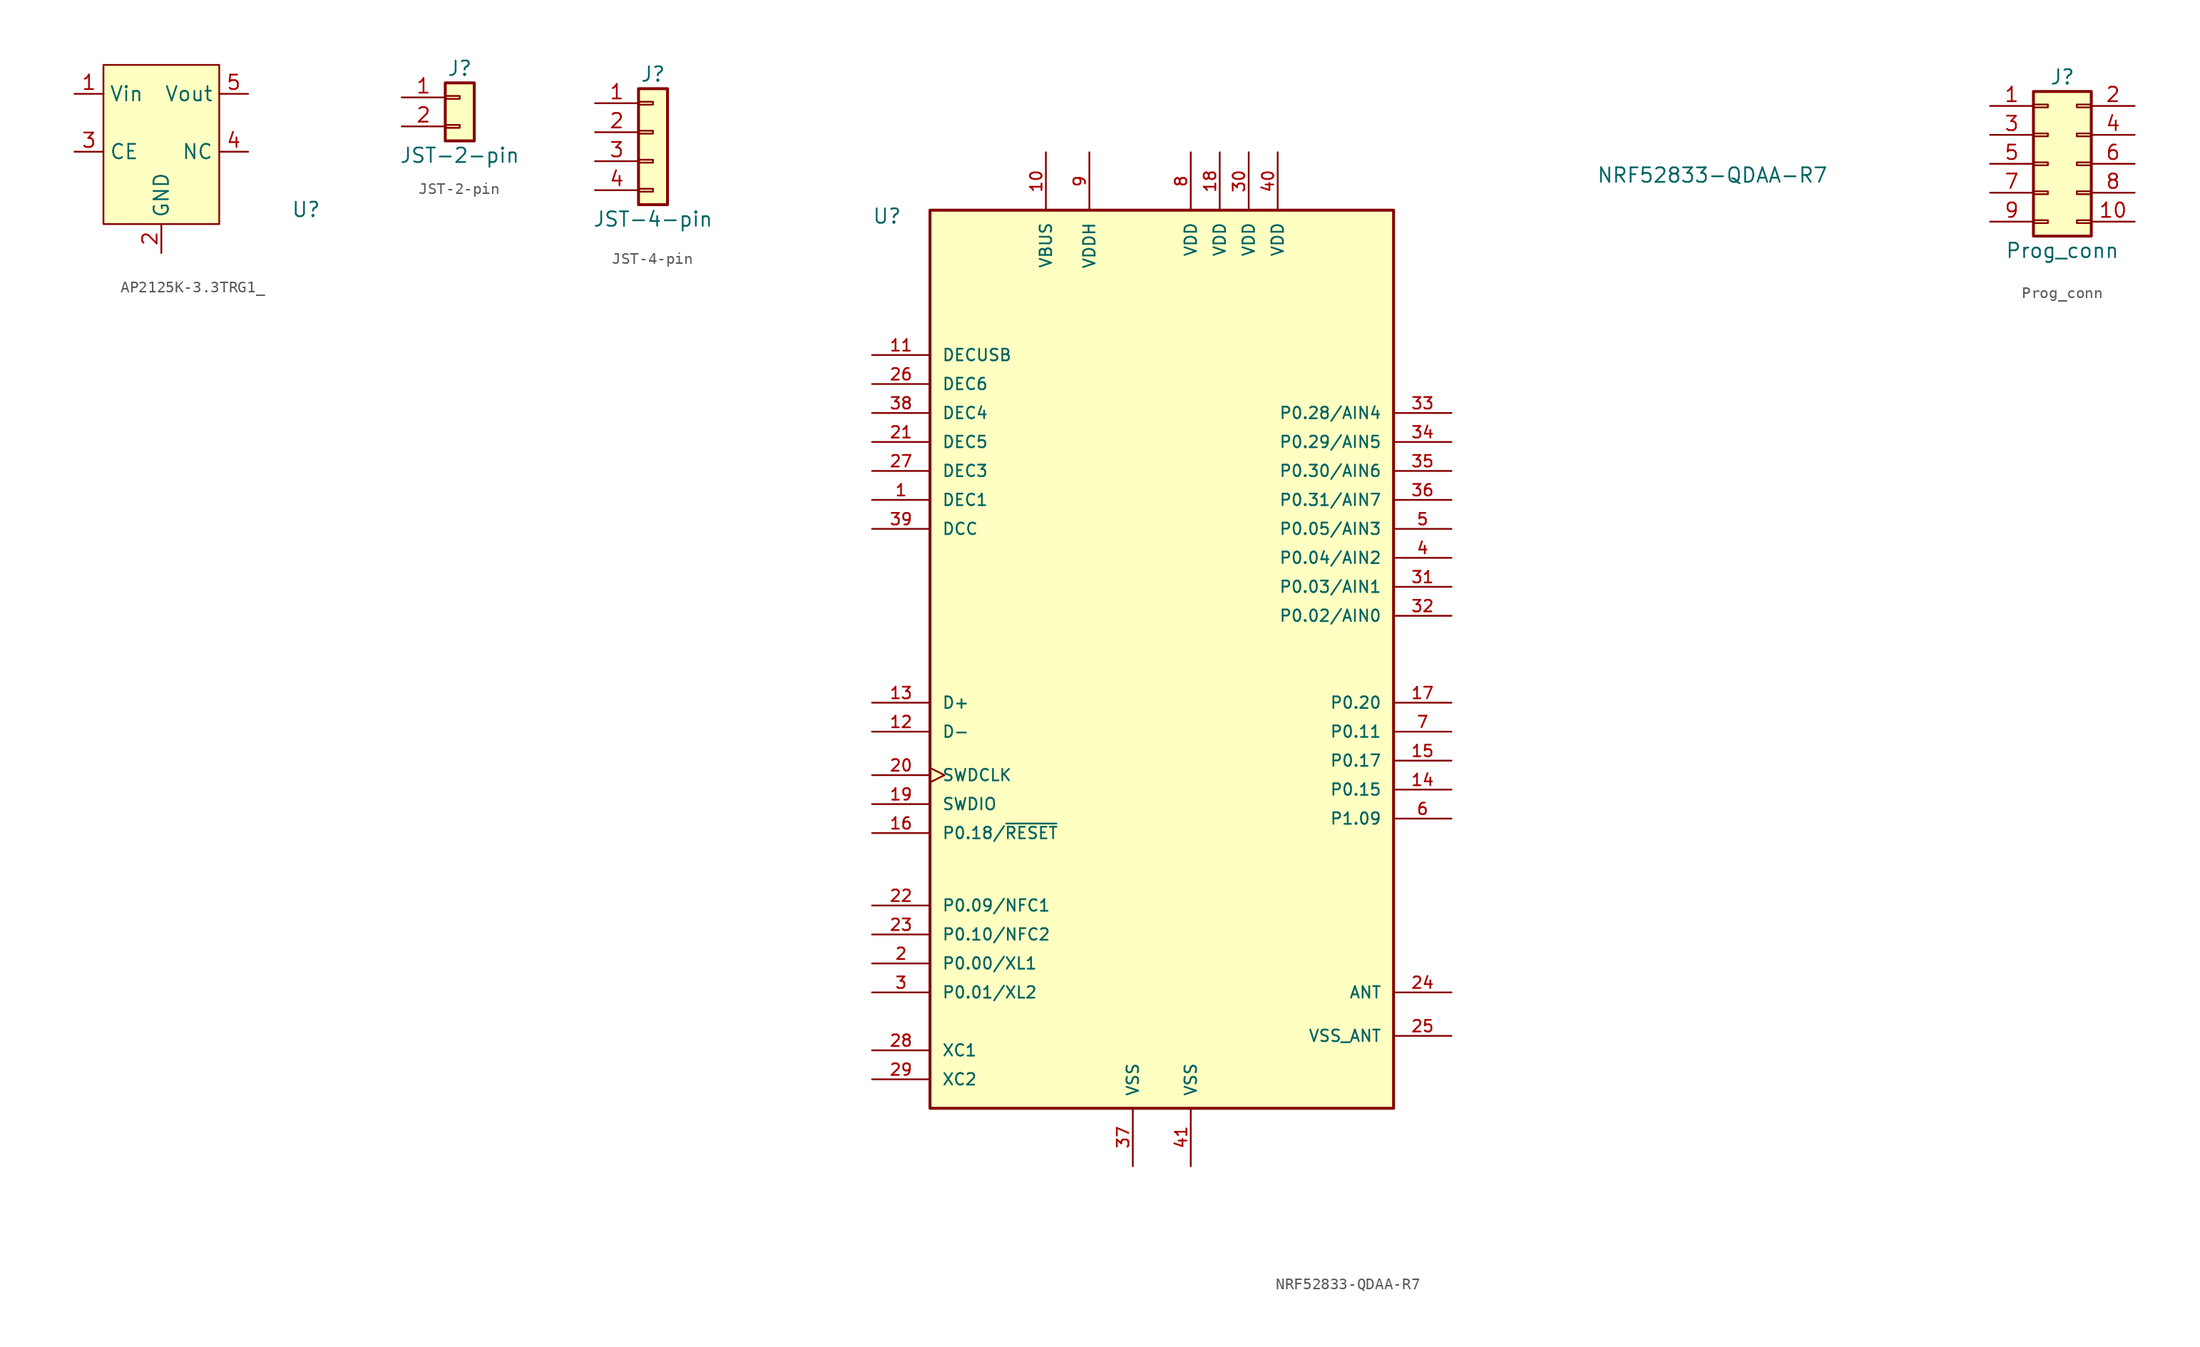
<source format=kicad_sym>
(kicad_symbol_lib
  (version 20220914)
  (generator kicad_symbol_editor)
  (symbol "AP2125K-3.3TRG1_"
    (property "Reference" "U"
      (at 12.7 -5.08 0)
      (effects (font (size 1.27 1.27))))
    (property "Value" ""
      (at 0 0 0)
      (effects (font (size 1.27 1.27))))
    (symbol "AP2125K-3.3TRG1__1_1"
      (rectangle (start -5.08 7.62) (end 5.08 -6.35) (stroke (width 0) (type default)) (fill (type background)))
      (pin input line (at -7.62 5.08 0) (length 2.54) (name "Vin" (effects (font (size 1.27 1.27)))) (number "1" (effects (font (size 1.27 1.27)))))
      (pin input line (at 0 -8.89 90) (length 2.54) (name "GND" (effects (font (size 1.27 1.27)))) (number "2" (effects (font (size 1.27 1.27)))))
      (pin input line (at -7.62 0 0) (length 2.54) (name "CE" (effects (font (size 1.27 1.27)))) (number "3" (effects (font (size 1.27 1.27)))))
      (pin input line (at 7.62 0 180) (length 2.54) (name "NC" (effects (font (size 1.27 1.27)))) (number "4" (effects (font (size 1.27 1.27)))))
      (pin input line (at 7.62 5.08 180) (length 2.54) (name "Vout" (effects (font (size 1.27 1.27)))) (number "5" (effects (font (size 1.27 1.27)))))))
  (symbol "JST-2-pin"
    (pin_names
      (offset 1.016) hide)
    (property "Reference" "J"
      (at 0 2.54 0)
      (effects (font (size 1.27 1.27))))
    (property "Value" "JST-2-pin"
      (at 0 -5.08 0)
      (effects (font (size 1.27 1.27))))
    (symbol "JST-2-pin_1_1"
      (rectangle (start -1.27 -2.413) (end 0 -2.667) (stroke (width 0.152) (type default)) (fill (type none)))
      (rectangle (start -1.27 0.127) (end 0 -0.127) (stroke (width 0.152) (type default)) (fill (type none)))
      (rectangle (start -1.27 1.27) (end 1.27 -3.81) (stroke (width 0.254) (type default)) (fill (type background)))
      (pin passive line (at -5.08 0 0) (length 3.81) (name "Pin_1" (effects (font (size 1.27 1.27)))) (number "1" (effects (font (size 1.27 1.27)))))
      (pin passive line (at -5.08 -2.54 0) (length 3.81) (name "Pin_2" (effects (font (size 1.27 1.27)))) (number "2" (effects (font (size 1.27 1.27)))))))
  (symbol "JST-4-pin"
    (pin_names
      (offset 1.016) hide)
    (property "Reference" "J"
      (at 0 5.08 0)
      (effects (font (size 1.27 1.27))))
    (property "Value" "JST-4-pin"
      (at 0 -7.62 0)
      (effects (font (size 1.27 1.27))))
    (symbol "JST-4-pin_1_1"
      (rectangle (start -1.27 -4.953) (end 0 -5.207) (stroke (width 0.152) (type default)) (fill (type none)))
      (rectangle (start -1.27 -2.413) (end 0 -2.667) (stroke (width 0.152) (type default)) (fill (type none)))
      (rectangle (start -1.27 0.127) (end 0 -0.127) (stroke (width 0.152) (type default)) (fill (type none)))
      (rectangle (start -1.27 2.667) (end 0 2.413) (stroke (width 0.152) (type default)) (fill (type none)))
      (rectangle (start -1.27 3.81) (end 1.27 -6.35) (stroke (width 0.254) (type default)) (fill (type background)))
      (pin passive line (at -5.08 2.54 0) (length 3.81) (name "Pin_1" (effects (font (size 1.27 1.27)))) (number "1" (effects (font (size 1.27 1.27)))))
      (pin passive line (at -5.08 0 0) (length 3.81) (name "Pin_2" (effects (font (size 1.27 1.27)))) (number "2" (effects (font (size 1.27 1.27)))))
      (pin passive line (at -5.08 -2.54 0) (length 3.81) (name "Pin_3" (effects (font (size 1.27 1.27)))) (number "3" (effects (font (size 1.27 1.27)))))
      (pin passive line (at -5.08 -5.08 0) (length 3.81) (name "Pin_4" (effects (font (size 1.27 1.27)))) (number "4" (effects (font (size 1.27 1.27)))))))
  (symbol "NRF52833-QDAA-R7"
    (pin_names
      (offset 1.016))
    (property "Reference" "U"
      (at -25.4 38.1 0)
      (effects (font (size 1.27 1.27)) (justify left bottom)))
    (property "Value" "NRF52833-QDAA-R7"
      (at 38.1 43.18 0)
      (effects (font (size 1.27 1.27)) (justify left top)))
    (symbol "NRF52833-QDAA-R7_0_0"
      (rectangle (start -20.32 39.37) (end 20.32 -39.37) (stroke (width 0.254) (type default)) (fill (type background)))
      (pin power_in line (at -25.4 13.97 0) (length 5.08) (name "DEC1" (effects (font (size 1.016 1.016)))) (number "1" (effects (font (size 1.016 1.016)))))
      (pin power_in line (at -10.16 44.45 270) (length 5.08) (name "VBUS" (effects (font (size 1.016 1.016)))) (number "10" (effects (font (size 1.016 1.016)))))
      (pin power_in line (at -25.4 26.67 0) (length 5.08) (name "DECUSB" (effects (font (size 1.016 1.016)))) (number "11" (effects (font (size 1.016 1.016)))))
      (pin bidirectional line (at -25.4 -6.35 0) (length 5.08) (name "D-" (effects (font (size 1.016 1.016)))) (number "12" (effects (font (size 1.016 1.016)))))
      (pin bidirectional line (at -25.4 -3.81 0) (length 5.08) (name "D+" (effects (font (size 1.016 1.016)))) (number "13" (effects (font (size 1.016 1.016)))))
      (pin bidirectional line (at 25.4 -11.43 180) (length 5.08) (name "P0.15" (effects (font (size 1.016 1.016)))) (number "14" (effects (font (size 1.016 1.016)))))
      (pin bidirectional line (at 25.4 -8.89 180) (length 5.08) (name "P0.17" (effects (font (size 1.016 1.016)))) (number "15" (effects (font (size 1.016 1.016)))))
      (pin bidirectional line (at -25.4 -15.24 0) (length 5.08) (name "P0.18/~{RESET}" (effects (font (size 1.016 1.016)))) (number "16" (effects (font (size 1.016 1.016)))))
      (pin bidirectional line (at 25.4 -3.81 180) (length 5.08) (name "P0.20" (effects (font (size 1.016 1.016)))) (number "17" (effects (font (size 1.016 1.016)))))
      (pin power_in line (at 5.08 44.45 270) (length 5.08) (name "VDD" (effects (font (size 1.016 1.016)))) (number "18" (effects (font (size 1.016 1.016)))))
      (pin bidirectional line (at -25.4 -12.7 0) (length 5.08) (name "SWDIO" (effects (font (size 1.016 1.016)))) (number "19" (effects (font (size 1.016 1.016)))))
      (pin bidirectional line (at -25.4 -26.67 0) (length 5.08) (name "P0.00/XL1" (effects (font (size 1.016 1.016)))) (number "2" (effects (font (size 1.016 1.016)))))
      (pin input clock (at -25.4 -10.16 0) (length 5.08) (name "SWDCLK" (effects (font (size 1.016 1.016)))) (number "20" (effects (font (size 1.016 1.016)))))
      (pin power_in line (at -25.4 19.05 0) (length 5.08) (name "DEC5" (effects (font (size 1.016 1.016)))) (number "21" (effects (font (size 1.016 1.016)))))
      (pin bidirectional line (at -25.4 -21.59 0) (length 5.08) (name "P0.09/NFC1" (effects (font (size 1.016 1.016)))) (number "22" (effects (font (size 1.016 1.016)))))
      (pin bidirectional line (at -25.4 -24.13 0) (length 5.08) (name "P0.10/NFC2" (effects (font (size 1.016 1.016)))) (number "23" (effects (font (size 1.016 1.016)))))
      (pin bidirectional line (at 25.4 -29.21 180) (length 5.08) (name "ANT" (effects (font (size 1.016 1.016)))) (number "24" (effects (font (size 1.016 1.016)))))
      (pin power_in line (at -25.4 24.13 0) (length 5.08) (name "DEC6" (effects (font (size 1.016 1.016)))) (number "26" (effects (font (size 1.016 1.016)))))
      (pin power_in line (at -25.4 16.51 0) (length 5.08) (name "DEC3" (effects (font (size 1.016 1.016)))) (number "27" (effects (font (size 1.016 1.016)))))
      (pin input line (at -25.4 -34.29 0) (length 5.08) (name "XC1" (effects (font (size 1.016 1.016)))) (number "28" (effects (font (size 1.016 1.016)))))
      (pin input line (at -25.4 -36.83 0) (length 5.08) (name "XC2" (effects (font (size 1.016 1.016)))) (number "29" (effects (font (size 1.016 1.016)))))
      (pin bidirectional line (at -25.4 -29.21 0) (length 5.08) (name "P0.01/XL2" (effects (font (size 1.016 1.016)))) (number "3" (effects (font (size 1.016 1.016)))))
      (pin power_in line (at 7.62 44.45 270) (length 5.08) (name "VDD" (effects (font (size 1.016 1.016)))) (number "30" (effects (font (size 1.016 1.016)))))
      (pin bidirectional line (at 25.4 6.35 180) (length 5.08) (name "P0.03/AIN1" (effects (font (size 1.016 1.016)))) (number "31" (effects (font (size 1.016 1.016)))))
      (pin bidirectional line (at 25.4 3.81 180) (length 5.08) (name "P0.02/AIN0" (effects (font (size 1.016 1.016)))) (number "32" (effects (font (size 1.016 1.016)))))
      (pin bidirectional line (at 25.4 21.59 180) (length 5.08) (name "P0.28/AIN4" (effects (font (size 1.016 1.016)))) (number "33" (effects (font (size 1.016 1.016)))))
      (pin bidirectional line (at 25.4 19.05 180) (length 5.08) (name "P0.29/AIN5" (effects (font (size 1.016 1.016)))) (number "34" (effects (font (size 1.016 1.016)))))
      (pin bidirectional line (at 25.4 16.51 180) (length 5.08) (name "P0.30/AIN6" (effects (font (size 1.016 1.016)))) (number "35" (effects (font (size 1.016 1.016)))))
      (pin bidirectional line (at 25.4 13.97 180) (length 5.08) (name "P0.31/AIN7" (effects (font (size 1.016 1.016)))) (number "36" (effects (font (size 1.016 1.016)))))
      (pin power_in line (at -2.54 -44.45 90) (length 5.08) (name "VSS" (effects (font (size 1.016 1.016)))) (number "37" (effects (font (size 1.016 1.016)))))
      (pin power_in line (at -25.4 21.59 0) (length 5.08) (name "DEC4" (effects (font (size 1.016 1.016)))) (number "38" (effects (font (size 1.016 1.016)))))
      (pin power_in line (at -25.4 11.43 0) (length 5.08) (name "DCC" (effects (font (size 1.016 1.016)))) (number "39" (effects (font (size 1.016 1.016)))))
      (pin bidirectional line (at 25.4 8.89 180) (length 5.08) (name "P0.04/AIN2" (effects (font (size 1.016 1.016)))) (number "4" (effects (font (size 1.016 1.016)))))
      (pin power_in line (at 10.16 44.45 270) (length 5.08) (name "VDD" (effects (font (size 1.016 1.016)))) (number "40" (effects (font (size 1.016 1.016)))))
      (pin power_in line (at 2.54 -44.45 90) (length 5.08) (name "VSS" (effects (font (size 1.016 1.016)))) (number "41" (effects (font (size 1.016 1.016)))))
      (pin bidirectional line (at 25.4 11.43 180) (length 5.08) (name "P0.05/AIN3" (effects (font (size 1.016 1.016)))) (number "5" (effects (font (size 1.016 1.016)))))
      (pin bidirectional line (at 25.4 -13.97 180) (length 5.08) (name "P1.09" (effects (font (size 1.016 1.016)))) (number "6" (effects (font (size 1.016 1.016)))))
      (pin bidirectional line (at 25.4 -6.35 180) (length 5.08) (name "P0.11" (effects (font (size 1.016 1.016)))) (number "7" (effects (font (size 1.016 1.016)))))
      (pin power_in line (at 2.54 44.45 270) (length 5.08) (name "VDD" (effects (font (size 1.016 1.016)))) (number "8" (effects (font (size 1.016 1.016)))))
      (pin power_in line (at -6.35 44.45 270) (length 5.08) (name "VDDH" (effects (font (size 1.016 1.016)))) (number "9" (effects (font (size 1.016 1.016))))))
    (symbol "NRF52833-QDAA-R7_1_0"
      (pin power_in line (at 25.4 -33.02 180) (length 5.08) (name "VSS_ANT" (effects (font (size 1.016 1.016)))) (number "25" (effects (font (size 1.016 1.016)))))))
  (symbol "Prog_conn"
    (pin_names
      (offset 1.016) hide)
    (property "Reference" "J"
      (at 1.27 7.62 0)
      (effects (font (size 1.27 1.27))))
    (property "Value" "Prog_conn"
      (at 1.27 -7.62 0)
      (effects (font (size 1.27 1.27))))
    (symbol "Prog_conn_1_1"
      (rectangle (start -1.27 -4.953) (end 0 -5.207) (stroke (width 0.152) (type default)) (fill (type none)))
      (rectangle (start -1.27 -2.413) (end 0 -2.667) (stroke (width 0.152) (type default)) (fill (type none)))
      (rectangle (start -1.27 0.127) (end 0 -0.127) (stroke (width 0.152) (type default)) (fill (type none)))
      (rectangle (start -1.27 2.667) (end 0 2.413) (stroke (width 0.152) (type default)) (fill (type none)))
      (rectangle (start -1.27 5.207) (end 0 4.953) (stroke (width 0.152) (type default)) (fill (type none)))
      (rectangle (start -1.27 6.35) (end 3.81 -6.35) (stroke (width 0.254) (type default)) (fill (type background)))
      (rectangle (start 3.81 -4.953) (end 2.54 -5.207) (stroke (width 0.152) (type default)) (fill (type none)))
      (rectangle (start 3.81 -2.413) (end 2.54 -2.667) (stroke (width 0.152) (type default)) (fill (type none)))
      (rectangle (start 3.81 0.127) (end 2.54 -0.127) (stroke (width 0.152) (type default)) (fill (type none)))
      (rectangle (start 3.81 2.667) (end 2.54 2.413) (stroke (width 0.152) (type default)) (fill (type none)))
      (rectangle (start 3.81 5.207) (end 2.54 4.953) (stroke (width 0.152) (type default)) (fill (type none)))
      (pin passive line (at -5.08 5.08 0) (length 3.81) (name "Pin_1" (effects (font (size 1.27 1.27)))) (number "1" (effects (font (size 1.27 1.27)))))
      (pin passive line (at 7.62 -5.08 180) (length 3.81) (name "Pin_10" (effects (font (size 1.27 1.27)))) (number "10" (effects (font (size 1.27 1.27)))))
      (pin passive line (at 7.62 5.08 180) (length 3.81) (name "Pin_2" (effects (font (size 1.27 1.27)))) (number "2" (effects (font (size 1.27 1.27)))))
      (pin passive line (at -5.08 2.54 0) (length 3.81) (name "Pin_3" (effects (font (size 1.27 1.27)))) (number "3" (effects (font (size 1.27 1.27)))))
      (pin passive line (at 7.62 2.54 180) (length 3.81) (name "Pin_4" (effects (font (size 1.27 1.27)))) (number "4" (effects (font (size 1.27 1.27)))))
      (pin passive line (at -5.08 0 0) (length 3.81) (name "Pin_5" (effects (font (size 1.27 1.27)))) (number "5" (effects (font (size 1.27 1.27)))))
      (pin passive line (at 7.62 0 180) (length 3.81) (name "Pin_6" (effects (font (size 1.27 1.27)))) (number "6" (effects (font (size 1.27 1.27)))))
      (pin passive line (at -5.08 -2.54 0) (length 3.81) (name "Pin_7" (effects (font (size 1.27 1.27)))) (number "7" (effects (font (size 1.27 1.27)))))
      (pin passive line (at 7.62 -2.54 180) (length 3.81) (name "Pin_8" (effects (font (size 1.27 1.27)))) (number "8" (effects (font (size 1.27 1.27)))))
      (pin passive line (at -5.08 -5.08 0) (length 3.81) (name "Pin_9" (effects (font (size 1.27 1.27)))) (number "9" (effects (font (size 1.27 1.27))))))))
</source>
